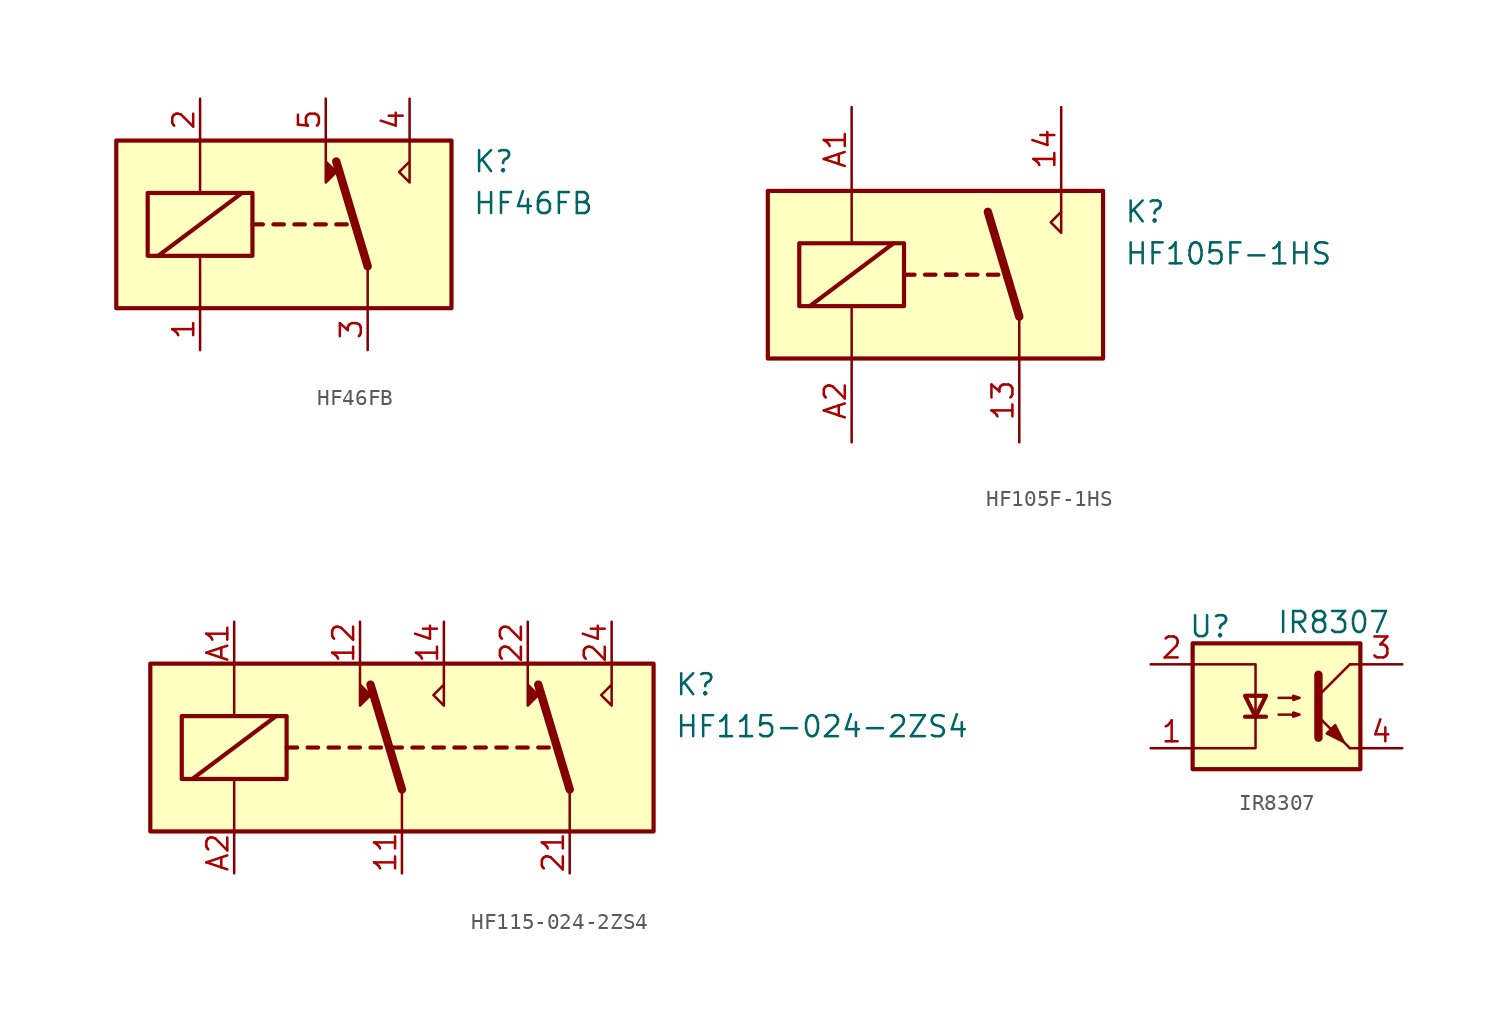
<source format=kicad_sym>
(kicad_symbol_lib
  (version 20211014)
  (generator kicad_symbol_editor)
  (symbol "HF46FB"
    (property "Reference" "K"
      (at 11.43 3.81 0)
      (effects (font (size 1.27 1.27)) (justify left)))
    (property "Value" "HF46FB"
      (at 11.43 1.27 0)
      (effects (font (size 1.27 1.27)) (justify left)))
    (symbol "HF46FB_0_0"
      (polyline (pts (xy 7.62 5.08) (xy 7.62 2.54) (xy 6.985 3.175) (xy 7.62 3.81)) (stroke (width 0) (type default) (color 0 0 0 0)) (fill (type none))))
    (symbol "HF46FB_0_1"
      (rectangle (start -10.16 5.08) (end 10.16 -5.08) (stroke (width 0.254) (type default) (color 0 0 0 0)) (fill (type background)))
      (rectangle (start -8.255 1.905) (end -1.905 -1.905) (stroke (width 0.254) (type default) (color 0 0 0 0)) (fill (type none)))
      (polyline (pts (xy -7.62 -1.905) (xy -2.54 1.905)) (stroke (width 0.254) (type default) (color 0 0 0 0)) (fill (type none)))
      (polyline (pts (xy -5.08 -5.08) (xy -5.08 -1.905)) (stroke (width 0) (type default) (color 0 0 0 0)) (fill (type none)))
      (polyline (pts (xy -5.08 5.08) (xy -5.08 1.905)) (stroke (width 0) (type default) (color 0 0 0 0)) (fill (type none)))
      (polyline (pts (xy -1.905 0) (xy -1.27 0)) (stroke (width 0.254) (type default) (color 0 0 0 0)) (fill (type none)))
      (polyline (pts (xy -0.635 0) (xy 0 0)) (stroke (width 0.254) (type default) (color 0 0 0 0)) (fill (type none)))
      (polyline (pts (xy 0.635 0) (xy 1.27 0)) (stroke (width 0.254) (type default) (color 0 0 0 0)) (fill (type none)))
      (polyline (pts (xy 1.905 0) (xy 2.54 0)) (stroke (width 0.254) (type default) (color 0 0 0 0)) (fill (type none)))
      (polyline (pts (xy 3.175 0) (xy 3.81 0)) (stroke (width 0.254) (type default) (color 0 0 0 0)) (fill (type none)))
      (polyline (pts (xy 5.08 -2.54) (xy 3.175 3.81)) (stroke (width 0.508) (type default) (color 0 0 0 0)) (fill (type none)))
      (polyline (pts (xy 5.08 -2.54) (xy 5.08 -5.08)) (stroke (width 0) (type default) (color 0 0 0 0)) (fill (type none)))
      (polyline (pts (xy 2.54 5.08) (xy 2.54 2.54) (xy 3.175 3.175) (xy 2.54 3.81)) (stroke (width 0) (type default) (color 0 0 0 0)) (fill (type outline))))
    (symbol "HF46FB_1_1"
      (pin passive line (at -5.08 -7.62 90) (length 2.54) (name "~" (effects (font (size 1.27 1.27)))) (number "1" (effects (font (size 1.27 1.27)))))
      (pin passive line (at -5.08 7.62 270) (length 2.54) (name "~" (effects (font (size 1.27 1.27)))) (number "2" (effects (font (size 1.27 1.27)))))
      (pin passive line (at 5.08 -7.62 90) (length 2.54) (name "~" (effects (font (size 1.27 1.27)))) (number "3" (effects (font (size 1.27 1.27)))))
      (pin passive line (at 7.62 7.62 270) (length 2.54) (name "~" (effects (font (size 1.27 1.27)))) (number "4" (effects (font (size 1.27 1.27)))))
      (pin passive line (at 2.54 7.62 270) (length 2.54) (name "~" (effects (font (size 1.27 1.27)))) (number "5" (effects (font (size 1.27 1.27)))))))
  (symbol "HF105F-1HS"
    (property "Reference" "K"
      (at 11.43 3.81 0)
      (effects (font (size 1.27 1.27)) (justify left)))
    (property "Value" "HF105F-1HS"
      (at 11.43 1.27 0)
      (effects (font (size 1.27 1.27)) (justify left)))
    (symbol "HF105F-1HS_1_0"
      (polyline (pts (xy 7.62 3.81) (xy 7.62 5.08)) (stroke (width 0) (type default) (color 0 0 0 0)) (fill (type none)))
      (polyline (pts (xy 7.62 3.81) (xy 7.62 2.54) (xy 6.985 3.175) (xy 7.62 3.81)) (stroke (width 0) (type default) (color 0 0 0 0)) (fill (type none))))
    (symbol "HF105F-1HS_1_1"
      (rectangle (start -10.16 5.08) (end 10.16 -5.08) (stroke (width 0.254) (type default) (color 0 0 0 0)) (fill (type background)))
      (rectangle (start -8.255 1.905) (end -1.905 -1.905) (stroke (width 0.254) (type default) (color 0 0 0 0)) (fill (type none)))
      (polyline (pts (xy -7.62 -1.905) (xy -2.54 1.905)) (stroke (width 0.254) (type default) (color 0 0 0 0)) (fill (type none)))
      (polyline (pts (xy -5.08 -5.08) (xy -5.08 -1.905)) (stroke (width 0) (type default) (color 0 0 0 0)) (fill (type none)))
      (polyline (pts (xy -5.08 5.08) (xy -5.08 1.905)) (stroke (width 0) (type default) (color 0 0 0 0)) (fill (type none)))
      (polyline (pts (xy -1.905 0) (xy -1.27 0)) (stroke (width 0.254) (type default) (color 0 0 0 0)) (fill (type none)))
      (polyline (pts (xy -0.635 0) (xy 0 0)) (stroke (width 0.254) (type default) (color 0 0 0 0)) (fill (type none)))
      (polyline (pts (xy 0.635 0) (xy 1.27 0)) (stroke (width 0.254) (type default) (color 0 0 0 0)) (fill (type none)))
      (polyline (pts (xy 0.635 0) (xy 1.27 0)) (stroke (width 0.254) (type default) (color 0 0 0 0)) (fill (type none)))
      (polyline (pts (xy 1.905 0) (xy 2.54 0)) (stroke (width 0.254) (type default) (color 0 0 0 0)) (fill (type none)))
      (polyline (pts (xy 3.175 0) (xy 3.81 0)) (stroke (width 0.254) (type default) (color 0 0 0 0)) (fill (type none)))
      (polyline (pts (xy 5.08 -2.54) (xy 3.175 3.81)) (stroke (width 0.508) (type default) (color 0 0 0 0)) (fill (type none)))
      (polyline (pts (xy 5.08 -2.54) (xy 5.08 -5.08)) (stroke (width 0) (type default) (color 0 0 0 0)) (fill (type none)))
      (pin passive line (at 5.08 -10.16 90) (length 5.08) (name "~" (effects (font (size 1.27 1.27)))) (number "13" (effects (font (size 1.27 1.27)))))
      (pin passive line (at 7.62 10.16 270) (length 5.08) (name "~" (effects (font (size 1.27 1.27)))) (number "14" (effects (font (size 1.27 1.27)))))
      (pin passive line (at -5.08 10.16 270) (length 5.08) (name "~" (effects (font (size 1.27 1.27)))) (number "A1" (effects (font (size 1.27 1.27)))))
      (pin passive line (at -5.08 -10.16 90) (length 5.08) (name "~" (effects (font (size 1.27 1.27)))) (number "A2" (effects (font (size 1.27 1.27)))))))
  (symbol "HF115-024-2ZS4"
    (property "Reference" "K"
      (at 16.51 3.81 0)
      (effects (font (size 1.27 1.27)) (justify left)))
    (property "Value" "HF115-024-2ZS4"
      (at 16.51 1.27 0)
      (effects (font (size 1.27 1.27)) (justify left)))
    (symbol "HF115-024-2ZS4_0_1"
      (rectangle (start -15.24 5.08) (end 15.24 -5.08) (stroke (width 0.254) (type default) (color 0 0 0 0)) (fill (type background)))
      (rectangle (start -13.335 1.905) (end -6.985 -1.905) (stroke (width 0.254) (type default) (color 0 0 0 0)) (fill (type none)))
      (polyline (pts (xy -12.7 -1.905) (xy -7.62 1.905)) (stroke (width 0.254) (type default) (color 0 0 0 0)) (fill (type none)))
      (polyline (pts (xy -10.16 -5.08) (xy -10.16 -1.905)) (stroke (width 0) (type default) (color 0 0 0 0)) (fill (type none)))
      (polyline (pts (xy -10.16 5.08) (xy -10.16 1.905)) (stroke (width 0) (type default) (color 0 0 0 0)) (fill (type none)))
      (polyline (pts (xy -6.985 0) (xy -6.35 0)) (stroke (width 0.254) (type default) (color 0 0 0 0)) (fill (type none)))
      (polyline (pts (xy -5.715 0) (xy -5.08 0)) (stroke (width 0.254) (type default) (color 0 0 0 0)) (fill (type none)))
      (polyline (pts (xy -4.445 0) (xy -3.81 0)) (stroke (width 0.254) (type default) (color 0 0 0 0)) (fill (type none)))
      (polyline (pts (xy -3.175 0) (xy -2.54 0)) (stroke (width 0.254) (type default) (color 0 0 0 0)) (fill (type none)))
      (polyline (pts (xy -1.905 0) (xy -1.27 0)) (stroke (width 0.254) (type default) (color 0 0 0 0)) (fill (type none)))
      (polyline (pts (xy -0.635 0) (xy 0 0)) (stroke (width 0.254) (type default) (color 0 0 0 0)) (fill (type none)))
      (polyline (pts (xy 0 -2.54) (xy -1.905 3.81)) (stroke (width 0.508) (type default) (color 0 0 0 0)) (fill (type none)))
      (polyline (pts (xy 0 -2.54) (xy 0 -5.08)) (stroke (width 0) (type default) (color 0 0 0 0)) (fill (type none)))
      (polyline (pts (xy 0.635 0) (xy 1.27 0)) (stroke (width 0.254) (type default) (color 0 0 0 0)) (fill (type none)))
      (polyline (pts (xy 1.905 0) (xy 2.54 0)) (stroke (width 0.254) (type default) (color 0 0 0 0)) (fill (type none)))
      (polyline (pts (xy 3.175 0) (xy 3.81 0)) (stroke (width 0.254) (type default) (color 0 0 0 0)) (fill (type none)))
      (polyline (pts (xy 4.445 0) (xy 5.08 0)) (stroke (width 0.254) (type default) (color 0 0 0 0)) (fill (type none)))
      (polyline (pts (xy 5.715 0) (xy 6.35 0)) (stroke (width 0.254) (type default) (color 0 0 0 0)) (fill (type none)))
      (polyline (pts (xy 6.985 0) (xy 7.62 0)) (stroke (width 0.254) (type default) (color 0 0 0 0)) (fill (type none)))
      (polyline (pts (xy 8.255 0) (xy 8.89 0)) (stroke (width 0.254) (type default) (color 0 0 0 0)) (fill (type none)))
      (polyline (pts (xy 10.16 -2.54) (xy 8.255 3.81)) (stroke (width 0.508) (type default) (color 0 0 0 0)) (fill (type none)))
      (polyline (pts (xy 10.16 -2.54) (xy 10.16 -5.08)) (stroke (width 0) (type default) (color 0 0 0 0)) (fill (type none)))
      (polyline (pts (xy -2.54 5.08) (xy -2.54 2.54) (xy -1.905 3.175) (xy -2.54 3.81)) (stroke (width 0) (type default) (color 0 0 0 0)) (fill (type outline)))
      (polyline (pts (xy 2.54 5.08) (xy 2.54 2.54) (xy 1.905 3.175) (xy 2.54 3.81)) (stroke (width 0) (type default) (color 0 0 0 0)) (fill (type none)))
      (polyline (pts (xy 7.62 5.08) (xy 7.62 2.54) (xy 8.255 3.175) (xy 7.62 3.81)) (stroke (width 0) (type default) (color 0 0 0 0)) (fill (type outline)))
      (polyline (pts (xy 12.7 5.08) (xy 12.7 2.54) (xy 12.065 3.175) (xy 12.7 3.81)) (stroke (width 0) (type default) (color 0 0 0 0)) (fill (type none))))
    (symbol "HF115-024-2ZS4_1_1"
      (pin passive line (at 0 -7.62 90) (length 2.54) (name "~" (effects (font (size 1.27 1.27)))) (number "11" (effects (font (size 1.27 1.27)))))
      (pin passive line (at -2.54 7.62 270) (length 2.54) (name "~" (effects (font (size 1.27 1.27)))) (number "12" (effects (font (size 1.27 1.27)))))
      (pin passive line (at 2.54 7.62 270) (length 2.54) (name "~" (effects (font (size 1.27 1.27)))) (number "14" (effects (font (size 1.27 1.27)))))
      (pin passive line (at 10.16 -7.62 90) (length 2.54) (name "~" (effects (font (size 1.27 1.27)))) (number "21" (effects (font (size 1.27 1.27)))))
      (pin passive line (at 7.62 7.62 270) (length 2.54) (name "~" (effects (font (size 1.27 1.27)))) (number "22" (effects (font (size 1.27 1.27)))))
      (pin passive line (at 12.7 7.62 270) (length 2.54) (name "~" (effects (font (size 1.27 1.27)))) (number "24" (effects (font (size 1.27 1.27)))))
      (pin passive line (at -10.16 7.62 270) (length 2.54) (name "~" (effects (font (size 1.27 1.27)))) (number "A1" (effects (font (size 1.27 1.27)))))
      (pin passive line (at -10.16 -7.62 90) (length 2.54) (name "~" (effects (font (size 1.27 1.27)))) (number "A2" (effects (font (size 1.27 1.27)))))))
  (symbol "IR8307"
    (pin_names
      (offset 1.016))
    (property "Reference" "U"
      (at -5.334 4.826 0)
      (effects (font (size 1.27 1.27)) (justify left)))
    (property "Value" "IR8307"
      (at 0 5.08 0)
      (effects (font (size 1.27 1.27)) (justify left)))
    (symbol "IR8307_0_1"
      (rectangle (start -5.08 3.81) (end 5.08 -3.81) (stroke (width 0.254) (type default) (color 0 0 0 0)) (fill (type background)))
      (polyline (pts (xy -1.905 -0.635) (xy -0.635 -0.635)) (stroke (width 0.254) (type default) (color 0 0 0 0)) (fill (type none)))
      (polyline (pts (xy -1.27 0.635) (xy -1.27 -0.635)) (stroke (width 0) (type default) (color 0 0 0 0)) (fill (type none)))
      (polyline (pts (xy 2.54 0.635) (xy 4.445 2.54)) (stroke (width 0) (type default) (color 0 0 0 0)) (fill (type none)))
      (polyline (pts (xy 4.445 -2.54) (xy 2.54 -0.635)) (stroke (width 0) (type default) (color 0 0 0 0)) (fill (type outline)))
      (polyline (pts (xy 4.445 -2.54) (xy 5.08 -2.54)) (stroke (width 0) (type default) (color 0 0 0 0)) (fill (type none)))
      (polyline (pts (xy 4.445 2.54) (xy 5.08 2.54)) (stroke (width 0) (type default) (color 0 0 0 0)) (fill (type none)))
      (polyline (pts (xy -5.08 2.54) (xy -1.27 2.54) (xy -1.27 0.635)) (stroke (width 0) (type default) (color 0 0 0 0)) (fill (type none)))
      (polyline (pts (xy -1.27 -0.635) (xy -1.27 -2.54) (xy -5.08 -2.54)) (stroke (width 0) (type default) (color 0 0 0 0)) (fill (type none)))
      (polyline (pts (xy 2.54 1.905) (xy 2.54 -1.905) (xy 2.54 -1.905)) (stroke (width 0.508) (type default) (color 0 0 0 0)) (fill (type none)))
      (polyline (pts (xy -1.27 -0.635) (xy -1.905 0.635) (xy -0.635 0.635) (xy -1.27 -0.635)) (stroke (width 0.254) (type default) (color 0 0 0 0)) (fill (type none)))
      (polyline (pts (xy 0.127 -0.508) (xy 1.397 -0.508) (xy 1.016 -0.635) (xy 1.016 -0.381) (xy 1.397 -0.508)) (stroke (width 0) (type default) (color 0 0 0 0)) (fill (type none)))
      (polyline (pts (xy 0.127 0.508) (xy 1.397 0.508) (xy 1.016 0.381) (xy 1.016 0.635) (xy 1.397 0.508)) (stroke (width 0) (type default) (color 0 0 0 0)) (fill (type none)))
      (polyline (pts (xy 3.048 -1.651) (xy 3.556 -1.143) (xy 4.064 -2.159) (xy 3.048 -1.651) (xy 3.048 -1.651)) (stroke (width 0) (type default) (color 0 0 0 0)) (fill (type outline))))
    (symbol "IR8307_1_1"
      (pin passive line (at -7.62 -2.54 0) (length 2.54) (name "~" (effects (font (size 1.27 1.27)))) (number "1" (effects (font (size 1.27 1.27)))))
      (pin passive line (at -7.62 2.54 0) (length 2.54) (name "~" (effects (font (size 1.27 1.27)))) (number "2" (effects (font (size 1.27 1.27)))))
      (pin passive line (at 7.62 2.54 180) (length 2.54) (name "~" (effects (font (size 1.27 1.27)))) (number "3" (effects (font (size 1.27 1.27)))))
      (pin passive line (at 7.62 -2.54 180) (length 2.54) (name "~" (effects (font (size 1.27 1.27)))) (number "4" (effects (font (size 1.27 1.27))))))))
</source>
